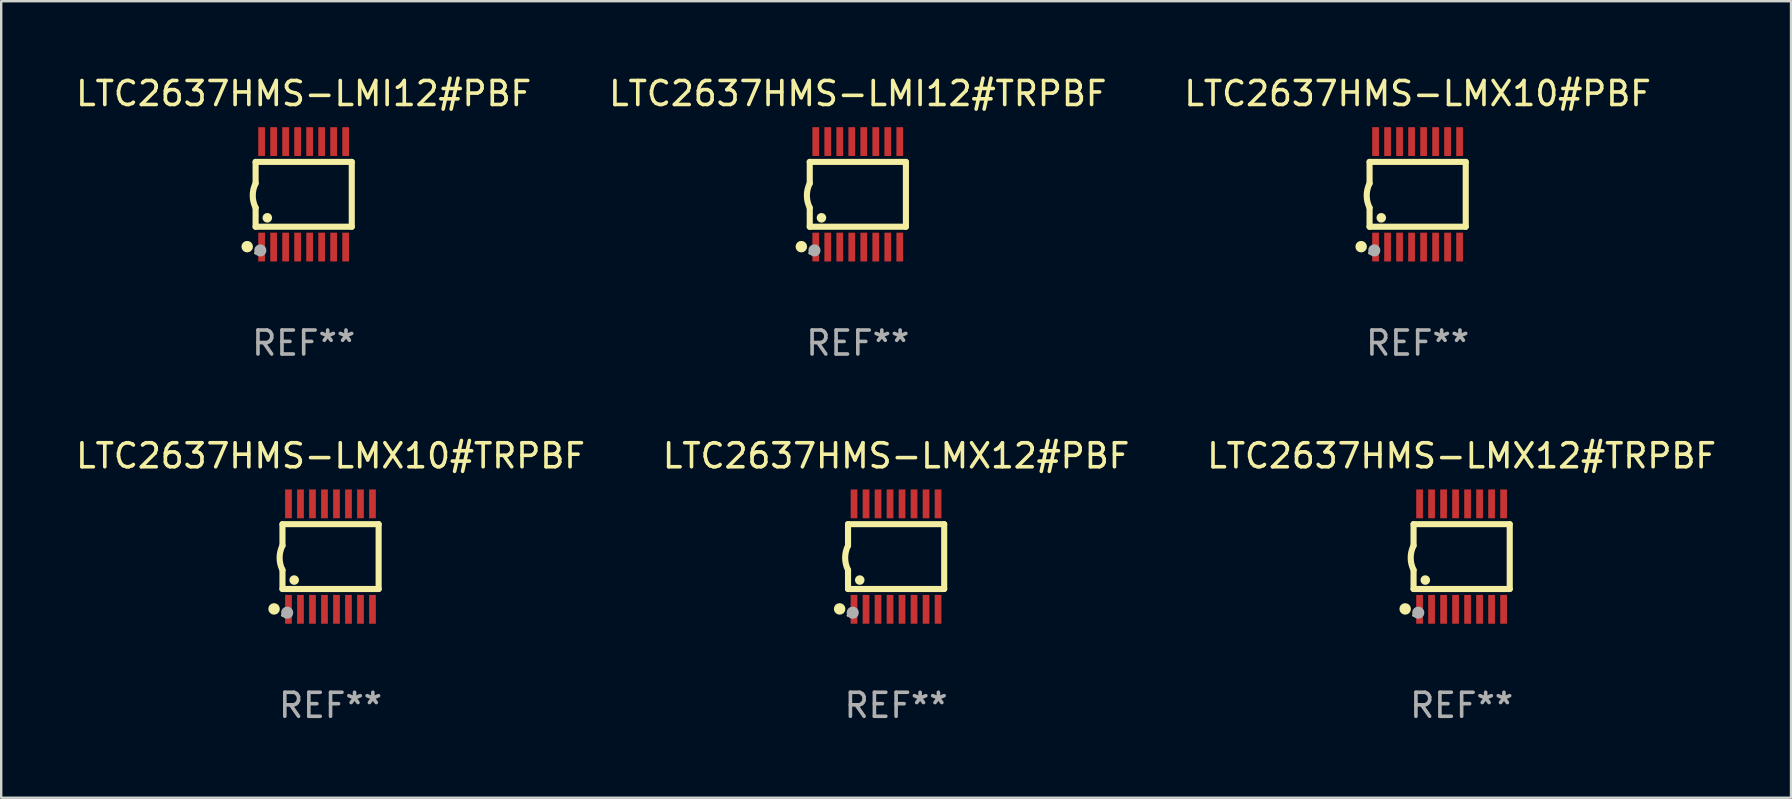
<source format=kicad_pcb>
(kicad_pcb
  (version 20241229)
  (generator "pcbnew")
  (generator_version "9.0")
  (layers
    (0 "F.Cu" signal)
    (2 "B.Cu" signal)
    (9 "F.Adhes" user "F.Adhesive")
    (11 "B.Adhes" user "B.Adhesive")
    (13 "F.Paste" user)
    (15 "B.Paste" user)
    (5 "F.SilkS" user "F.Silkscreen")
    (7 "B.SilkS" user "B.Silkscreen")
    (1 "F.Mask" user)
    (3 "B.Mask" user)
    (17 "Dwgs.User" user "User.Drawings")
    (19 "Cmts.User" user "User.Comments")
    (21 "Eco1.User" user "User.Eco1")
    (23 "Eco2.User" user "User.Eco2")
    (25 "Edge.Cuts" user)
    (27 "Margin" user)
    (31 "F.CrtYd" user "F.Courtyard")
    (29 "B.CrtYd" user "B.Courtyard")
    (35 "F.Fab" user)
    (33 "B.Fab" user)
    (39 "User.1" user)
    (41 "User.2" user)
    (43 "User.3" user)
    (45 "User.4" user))
  (footprint "LTC2637HMS-LMX12#PBF"
    (layer "F.Cu")
    (at 34.28 20.136)
    (property "Reference" "LTC2637HMS-LMX12#PBF" (at 0 -4.197 0) (layer "F.SilkS") (effects (font (size 1 1) (thickness 0.15))))
    (attr through_hole)
    (fp_line (start -2.003 -1.35) (end -2.003 -0.457) (stroke (width 0.254) (type solid)) (layer "F.SilkS"))
    (fp_line (start -2.003 -1.35) (end 2.003 -1.35) (stroke (width 0.254) (type solid)) (layer "F.SilkS"))
    (fp_line (start -2.003 1.35) (end -2.003 0.559) (stroke (width 0.254) (type solid)) (layer "F.SilkS"))
    (fp_line (start -2.003 1.35) (end 2.003 1.35) (stroke (width 0.254) (type solid)) (layer "F.SilkS"))
    (fp_line (start 2.003 -1.35) (end 2.003 1.35) (stroke (width 0.254) (type solid)) (layer "F.SilkS"))
    (fp_arc (start -2.002286 0.558802) (mid -2.122556 0.05092) (end -2.003302 -0.457201) (stroke (width 0.254001) (type solid)) (layer "F.SilkS"))
    (fp_circle (center -2.353 2.18) (end -2.233 2.18) (stroke (width 0.24) (type solid)) (fill no) (layer "F.SilkS"))
    (fp_circle (center -2.003 2.45) (end -1.973 2.45) (stroke (width 0.06) (type solid)) (fill no) (layer "F.SilkS"))
    (fp_circle (center -1.515 0.978) (end -1.415 0.978) (stroke (width 0.2) (type solid)) (fill no) (layer "F.SilkS"))
    (fp_circle (center -1.807 2.337) (end -1.68 2.337) (stroke (width 0.254) (type solid)) (fill no) (layer "F.Fab"))
    (fp_text user "REF**" (at 0 6.197 0) (layer "F.Fab") (effects (font (size 1 1) (thickness 0.15))))
    (pad "1" smd rect (at -1.753 2.197 90) (size 1.2 0.28) (layers "F.Cu" "F.Mask" "F.Paste"))
    (pad "2" smd rect (at -1.253 2.197 90) (size 1.2 0.28) (layers "F.Cu" "F.Mask" "F.Paste"))
    (pad "3" smd rect (at -0.753 2.197 90) (size 1.2 0.28) (layers "F.Cu" "F.Mask" "F.Paste"))
    (pad "4" smd rect (at -0.253 2.197 90) (size 1.2 0.28) (layers "F.Cu" "F.Mask" "F.Paste"))
    (pad "5" smd rect (at 0.247 2.197 90) (size 1.2 0.28) (layers "F.Cu" "F.Mask" "F.Paste"))
    (pad "6" smd rect (at 0.747 2.197 90) (size 1.2 0.28) (layers "F.Cu" "F.Mask" "F.Paste"))
    (pad "7" smd rect (at 1.247 2.197 90) (size 1.2 0.28) (layers "F.Cu" "F.Mask" "F.Paste"))
    (pad "8" smd rect (at 1.747 2.197 90) (size 1.2 0.28) (layers "F.Cu" "F.Mask" "F.Paste"))
    (pad "9" smd rect (at 1.747 -2.197 90) (size 1.2 0.28) (layers "F.Cu" "F.Mask" "F.Paste"))
    (pad "10" smd rect (at 1.247 -2.197 90) (size 1.2 0.28) (layers "F.Cu" "F.Mask" "F.Paste"))
    (pad "11" smd rect (at 0.747 -2.197 90) (size 1.2 0.28) (layers "F.Cu" "F.Mask" "F.Paste"))
    (pad "12" smd rect (at 0.247 -2.197 90) (size 1.2 0.28) (layers "F.Cu" "F.Mask" "F.Paste"))
    (pad "13" smd rect (at -0.253 -2.197 90) (size 1.2 0.28) (layers "F.Cu" "F.Mask" "F.Paste"))
    (pad "14" smd rect (at -0.753 -2.197 90) (size 1.2 0.28) (layers "F.Cu" "F.Mask" "F.Paste"))
    (pad "15" smd rect (at -1.253 -2.197 90) (size 1.2 0.28) (layers "F.Cu" "F.Mask" "F.Paste"))
    (pad "16" smd rect (at -1.753 -2.197 90) (size 1.2 0.28) (layers "F.Cu" "F.Mask" "F.Paste")))
  (footprint "LTC2637HMS-LMI12#PBF"
    (layer "F.Cu")
    (at 9.601 5.045)
    (property "Reference" "LTC2637HMS-LMI12#PBF" (at 0 -4.197 0) (layer "F.SilkS") (effects (font (size 1 1) (thickness 0.15))))
    (attr through_hole)
    (fp_line (start -2.003 -1.35) (end -2.003 -0.457) (stroke (width 0.254) (type solid)) (layer "F.SilkS"))
    (fp_line (start -2.003 -1.35) (end 2.003 -1.35) (stroke (width 0.254) (type solid)) (layer "F.SilkS"))
    (fp_line (start -2.003 1.35) (end -2.003 0.559) (stroke (width 0.254) (type solid)) (layer "F.SilkS"))
    (fp_line (start -2.003 1.35) (end 2.003 1.35) (stroke (width 0.254) (type solid)) (layer "F.SilkS"))
    (fp_line (start 2.003 -1.35) (end 2.003 1.35) (stroke (width 0.254) (type solid)) (layer "F.SilkS"))
    (fp_arc (start -2.002286 0.558802) (mid -2.122556 0.05092) (end -2.003302 -0.457201) (stroke (width 0.254001) (type solid)) (layer "F.SilkS"))
    (fp_circle (center -2.353 2.18) (end -2.233 2.18) (stroke (width 0.24) (type solid)) (fill no) (layer "F.SilkS"))
    (fp_circle (center -2.003 2.45) (end -1.973 2.45) (stroke (width 0.06) (type solid)) (fill no) (layer "F.SilkS"))
    (fp_circle (center -1.515 0.978) (end -1.415 0.978) (stroke (width 0.2) (type solid)) (fill no) (layer "F.SilkS"))
    (fp_circle (center -1.807 2.337) (end -1.68 2.337) (stroke (width 0.254) (type solid)) (fill no) (layer "F.Fab"))
    (fp_text user "REF**" (at 0 6.197 0) (layer "F.Fab") (effects (font (size 1 1) (thickness 0.15))))
    (pad "1" smd rect (at -1.753 2.197 90) (size 1.2 0.28) (layers "F.Cu" "F.Mask" "F.Paste"))
    (pad "2" smd rect (at -1.253 2.197 90) (size 1.2 0.28) (layers "F.Cu" "F.Mask" "F.Paste"))
    (pad "3" smd rect (at -0.753 2.197 90) (size 1.2 0.28) (layers "F.Cu" "F.Mask" "F.Paste"))
    (pad "4" smd rect (at -0.253 2.197 90) (size 1.2 0.28) (layers "F.Cu" "F.Mask" "F.Paste"))
    (pad "5" smd rect (at 0.247 2.197 90) (size 1.2 0.28) (layers "F.Cu" "F.Mask" "F.Paste"))
    (pad "6" smd rect (at 0.747 2.197 90) (size 1.2 0.28) (layers "F.Cu" "F.Mask" "F.Paste"))
    (pad "7" smd rect (at 1.247 2.197 90) (size 1.2 0.28) (layers "F.Cu" "F.Mask" "F.Paste"))
    (pad "8" smd rect (at 1.747 2.197 90) (size 1.2 0.28) (layers "F.Cu" "F.Mask" "F.Paste"))
    (pad "9" smd rect (at 1.747 -2.197 90) (size 1.2 0.28) (layers "F.Cu" "F.Mask" "F.Paste"))
    (pad "10" smd rect (at 1.247 -2.197 90) (size 1.2 0.28) (layers "F.Cu" "F.Mask" "F.Paste"))
    (pad "11" smd rect (at 0.747 -2.197 90) (size 1.2 0.28) (layers "F.Cu" "F.Mask" "F.Paste"))
    (pad "12" smd rect (at 0.247 -2.197 90) (size 1.2 0.28) (layers "F.Cu" "F.Mask" "F.Paste"))
    (pad "13" smd rect (at -0.253 -2.197 90) (size 1.2 0.28) (layers "F.Cu" "F.Mask" "F.Paste"))
    (pad "14" smd rect (at -0.753 -2.197 90) (size 1.2 0.28) (layers "F.Cu" "F.Mask" "F.Paste"))
    (pad "15" smd rect (at -1.253 -2.197 90) (size 1.2 0.28) (layers "F.Cu" "F.Mask" "F.Paste"))
    (pad "16" smd rect (at -1.753 -2.197 90) (size 1.2 0.28) (layers "F.Cu" "F.Mask" "F.Paste")))
  (footprint "LTC2637HMS-LMX12#TRPBF"
    (layer "F.Cu")
    (at 57.839 20.136)
    (property "Reference" "LTC2637HMS-LMX12#TRPBF" (at 0 -4.197 0) (layer "F.SilkS") (effects (font (size 1 1) (thickness 0.15))))
    (attr through_hole)
    (fp_line (start -2.003 -1.35) (end -2.003 -0.457) (stroke (width 0.254) (type solid)) (layer "F.SilkS"))
    (fp_line (start -2.003 -1.35) (end 2.003 -1.35) (stroke (width 0.254) (type solid)) (layer "F.SilkS"))
    (fp_line (start -2.003 1.35) (end -2.003 0.559) (stroke (width 0.254) (type solid)) (layer "F.SilkS"))
    (fp_line (start -2.003 1.35) (end 2.003 1.35) (stroke (width 0.254) (type solid)) (layer "F.SilkS"))
    (fp_line (start 2.003 -1.35) (end 2.003 1.35) (stroke (width 0.254) (type solid)) (layer "F.SilkS"))
    (fp_arc (start -2.002286 0.558802) (mid -2.122556 0.05092) (end -2.003302 -0.457201) (stroke (width 0.254001) (type solid)) (layer "F.SilkS"))
    (fp_circle (center -2.353 2.18) (end -2.233 2.18) (stroke (width 0.24) (type solid)) (fill no) (layer "F.SilkS"))
    (fp_circle (center -2.003 2.45) (end -1.973 2.45) (stroke (width 0.06) (type solid)) (fill no) (layer "F.SilkS"))
    (fp_circle (center -1.515 0.978) (end -1.415 0.978) (stroke (width 0.2) (type solid)) (fill no) (layer "F.SilkS"))
    (fp_circle (center -1.807 2.337) (end -1.68 2.337) (stroke (width 0.254) (type solid)) (fill no) (layer "F.Fab"))
    (fp_text user "REF**" (at 0 6.197 0) (layer "F.Fab") (effects (font (size 1 1) (thickness 0.15))))
    (pad "1" smd rect (at -1.753 2.197 90) (size 1.2 0.28) (layers "F.Cu" "F.Mask" "F.Paste"))
    (pad "2" smd rect (at -1.253 2.197 90) (size 1.2 0.28) (layers "F.Cu" "F.Mask" "F.Paste"))
    (pad "3" smd rect (at -0.753 2.197 90) (size 1.2 0.28) (layers "F.Cu" "F.Mask" "F.Paste"))
    (pad "4" smd rect (at -0.253 2.197 90) (size 1.2 0.28) (layers "F.Cu" "F.Mask" "F.Paste"))
    (pad "5" smd rect (at 0.247 2.197 90) (size 1.2 0.28) (layers "F.Cu" "F.Mask" "F.Paste"))
    (pad "6" smd rect (at 0.747 2.197 90) (size 1.2 0.28) (layers "F.Cu" "F.Mask" "F.Paste"))
    (pad "7" smd rect (at 1.247 2.197 90) (size 1.2 0.28) (layers "F.Cu" "F.Mask" "F.Paste"))
    (pad "8" smd rect (at 1.747 2.197 90) (size 1.2 0.28) (layers "F.Cu" "F.Mask" "F.Paste"))
    (pad "9" smd rect (at 1.747 -2.197 90) (size 1.2 0.28) (layers "F.Cu" "F.Mask" "F.Paste"))
    (pad "10" smd rect (at 1.247 -2.197 90) (size 1.2 0.28) (layers "F.Cu" "F.Mask" "F.Paste"))
    (pad "11" smd rect (at 0.747 -2.197 90) (size 1.2 0.28) (layers "F.Cu" "F.Mask" "F.Paste"))
    (pad "12" smd rect (at 0.247 -2.197 90) (size 1.2 0.28) (layers "F.Cu" "F.Mask" "F.Paste"))
    (pad "13" smd rect (at -0.253 -2.197 90) (size 1.2 0.28) (layers "F.Cu" "F.Mask" "F.Paste"))
    (pad "14" smd rect (at -0.753 -2.197 90) (size 1.2 0.28) (layers "F.Cu" "F.Mask" "F.Paste"))
    (pad "15" smd rect (at -1.253 -2.197 90) (size 1.2 0.28) (layers "F.Cu" "F.Mask" "F.Paste"))
    (pad "16" smd rect (at -1.753 -2.197 90) (size 1.2 0.28) (layers "F.Cu" "F.Mask" "F.Paste")))
  (footprint "LTC2637HMS-LMI12#TRPBF"
    (layer "F.Cu")
    (at 32.685 5.045)
    (property "Reference" "LTC2637HMS-LMI12#TRPBF" (at 0 -4.197 0) (layer "F.SilkS") (effects (font (size 1 1) (thickness 0.15))))
    (attr through_hole)
    (fp_line (start -2.003 -1.35) (end -2.003 -0.457) (stroke (width 0.254) (type solid)) (layer "F.SilkS"))
    (fp_line (start -2.003 -1.35) (end 2.003 -1.35) (stroke (width 0.254) (type solid)) (layer "F.SilkS"))
    (fp_line (start -2.003 1.35) (end -2.003 0.559) (stroke (width 0.254) (type solid)) (layer "F.SilkS"))
    (fp_line (start -2.003 1.35) (end 2.003 1.35) (stroke (width 0.254) (type solid)) (layer "F.SilkS"))
    (fp_line (start 2.003 -1.35) (end 2.003 1.35) (stroke (width 0.254) (type solid)) (layer "F.SilkS"))
    (fp_arc (start -2.002286 0.558802) (mid -2.122556 0.05092) (end -2.003302 -0.457201) (stroke (width 0.254001) (type solid)) (layer "F.SilkS"))
    (fp_circle (center -2.353 2.18) (end -2.233 2.18) (stroke (width 0.24) (type solid)) (fill no) (layer "F.SilkS"))
    (fp_circle (center -2.003 2.45) (end -1.973 2.45) (stroke (width 0.06) (type solid)) (fill no) (layer "F.SilkS"))
    (fp_circle (center -1.515 0.978) (end -1.415 0.978) (stroke (width 0.2) (type solid)) (fill no) (layer "F.SilkS"))
    (fp_circle (center -1.807 2.337) (end -1.68 2.337) (stroke (width 0.254) (type solid)) (fill no) (layer "F.Fab"))
    (fp_text user "REF**" (at 0 6.197 0) (layer "F.Fab") (effects (font (size 1 1) (thickness 0.15))))
    (pad "1" smd rect (at -1.753 2.197 90) (size 1.2 0.28) (layers "F.Cu" "F.Mask" "F.Paste"))
    (pad "2" smd rect (at -1.253 2.197 90) (size 1.2 0.28) (layers "F.Cu" "F.Mask" "F.Paste"))
    (pad "3" smd rect (at -0.753 2.197 90) (size 1.2 0.28) (layers "F.Cu" "F.Mask" "F.Paste"))
    (pad "4" smd rect (at -0.253 2.197 90) (size 1.2 0.28) (layers "F.Cu" "F.Mask" "F.Paste"))
    (pad "5" smd rect (at 0.247 2.197 90) (size 1.2 0.28) (layers "F.Cu" "F.Mask" "F.Paste"))
    (pad "6" smd rect (at 0.747 2.197 90) (size 1.2 0.28) (layers "F.Cu" "F.Mask" "F.Paste"))
    (pad "7" smd rect (at 1.247 2.197 90) (size 1.2 0.28) (layers "F.Cu" "F.Mask" "F.Paste"))
    (pad "8" smd rect (at 1.747 2.197 90) (size 1.2 0.28) (layers "F.Cu" "F.Mask" "F.Paste"))
    (pad "9" smd rect (at 1.747 -2.197 90) (size 1.2 0.28) (layers "F.Cu" "F.Mask" "F.Paste"))
    (pad "10" smd rect (at 1.247 -2.197 90) (size 1.2 0.28) (layers "F.Cu" "F.Mask" "F.Paste"))
    (pad "11" smd rect (at 0.747 -2.197 90) (size 1.2 0.28) (layers "F.Cu" "F.Mask" "F.Paste"))
    (pad "12" smd rect (at 0.247 -2.197 90) (size 1.2 0.28) (layers "F.Cu" "F.Mask" "F.Paste"))
    (pad "13" smd rect (at -0.253 -2.197 90) (size 1.2 0.28) (layers "F.Cu" "F.Mask" "F.Paste"))
    (pad "14" smd rect (at -0.753 -2.197 90) (size 1.2 0.28) (layers "F.Cu" "F.Mask" "F.Paste"))
    (pad "15" smd rect (at -1.253 -2.197 90) (size 1.2 0.28) (layers "F.Cu" "F.Mask" "F.Paste"))
    (pad "16" smd rect (at -1.753 -2.197 90) (size 1.2 0.28) (layers "F.Cu" "F.Mask" "F.Paste")))
  (footprint "LTC2637HMS-LMX10#PBF"
    (layer "F.Cu")
    (at 56.006 5.045)
    (property "Reference" "LTC2637HMS-LMX10#PBF" (at 0 -4.197 0) (layer "F.SilkS") (effects (font (size 1 1) (thickness 0.15))))
    (attr through_hole)
    (fp_line (start -2.003 -1.35) (end -2.003 -0.457) (stroke (width 0.254) (type solid)) (layer "F.SilkS"))
    (fp_line (start -2.003 -1.35) (end 2.003 -1.35) (stroke (width 0.254) (type solid)) (layer "F.SilkS"))
    (fp_line (start -2.003 1.35) (end -2.003 0.559) (stroke (width 0.254) (type solid)) (layer "F.SilkS"))
    (fp_line (start -2.003 1.35) (end 2.003 1.35) (stroke (width 0.254) (type solid)) (layer "F.SilkS"))
    (fp_line (start 2.003 -1.35) (end 2.003 1.35) (stroke (width 0.254) (type solid)) (layer "F.SilkS"))
    (fp_arc (start -2.002286 0.558802) (mid -2.122556 0.05092) (end -2.003302 -0.457201) (stroke (width 0.254001) (type solid)) (layer "F.SilkS"))
    (fp_circle (center -2.353 2.18) (end -2.233 2.18) (stroke (width 0.24) (type solid)) (fill no) (layer "F.SilkS"))
    (fp_circle (center -2.003 2.45) (end -1.973 2.45) (stroke (width 0.06) (type solid)) (fill no) (layer "F.SilkS"))
    (fp_circle (center -1.515 0.978) (end -1.415 0.978) (stroke (width 0.2) (type solid)) (fill no) (layer "F.SilkS"))
    (fp_circle (center -1.807 2.337) (end -1.68 2.337) (stroke (width 0.254) (type solid)) (fill no) (layer "F.Fab"))
    (fp_text user "REF**" (at 0 6.197 0) (layer "F.Fab") (effects (font (size 1 1) (thickness 0.15))))
    (pad "1" smd rect (at -1.753 2.197 90) (size 1.2 0.28) (layers "F.Cu" "F.Mask" "F.Paste"))
    (pad "2" smd rect (at -1.253 2.197 90) (size 1.2 0.28) (layers "F.Cu" "F.Mask" "F.Paste"))
    (pad "3" smd rect (at -0.753 2.197 90) (size 1.2 0.28) (layers "F.Cu" "F.Mask" "F.Paste"))
    (pad "4" smd rect (at -0.253 2.197 90) (size 1.2 0.28) (layers "F.Cu" "F.Mask" "F.Paste"))
    (pad "5" smd rect (at 0.247 2.197 90) (size 1.2 0.28) (layers "F.Cu" "F.Mask" "F.Paste"))
    (pad "6" smd rect (at 0.747 2.197 90) (size 1.2 0.28) (layers "F.Cu" "F.Mask" "F.Paste"))
    (pad "7" smd rect (at 1.247 2.197 90) (size 1.2 0.28) (layers "F.Cu" "F.Mask" "F.Paste"))
    (pad "8" smd rect (at 1.747 2.197 90) (size 1.2 0.28) (layers "F.Cu" "F.Mask" "F.Paste"))
    (pad "9" smd rect (at 1.747 -2.197 90) (size 1.2 0.28) (layers "F.Cu" "F.Mask" "F.Paste"))
    (pad "10" smd rect (at 1.247 -2.197 90) (size 1.2 0.28) (layers "F.Cu" "F.Mask" "F.Paste"))
    (pad "11" smd rect (at 0.747 -2.197 90) (size 1.2 0.28) (layers "F.Cu" "F.Mask" "F.Paste"))
    (pad "12" smd rect (at 0.247 -2.197 90) (size 1.2 0.28) (layers "F.Cu" "F.Mask" "F.Paste"))
    (pad "13" smd rect (at -0.253 -2.197 90) (size 1.2 0.28) (layers "F.Cu" "F.Mask" "F.Paste"))
    (pad "14" smd rect (at -0.753 -2.197 90) (size 1.2 0.28) (layers "F.Cu" "F.Mask" "F.Paste"))
    (pad "15" smd rect (at -1.253 -2.197 90) (size 1.2 0.28) (layers "F.Cu" "F.Mask" "F.Paste"))
    (pad "16" smd rect (at -1.753 -2.197 90) (size 1.2 0.28) (layers "F.Cu" "F.Mask" "F.Paste")))
  (footprint "LTC2637HMS-LMX10#TRPBF"
    (layer "F.Cu")
    (at 10.72 20.136)
    (property "Reference" "LTC2637HMS-LMX10#TRPBF" (at 0 -4.197 0) (layer "F.SilkS") (effects (font (size 1 1) (thickness 0.15))))
    (attr through_hole)
    (fp_line (start -2.003 -1.35) (end -2.003 -0.457) (stroke (width 0.254) (type solid)) (layer "F.SilkS"))
    (fp_line (start -2.003 -1.35) (end 2.003 -1.35) (stroke (width 0.254) (type solid)) (layer "F.SilkS"))
    (fp_line (start -2.003 1.35) (end -2.003 0.559) (stroke (width 0.254) (type solid)) (layer "F.SilkS"))
    (fp_line (start -2.003 1.35) (end 2.003 1.35) (stroke (width 0.254) (type solid)) (layer "F.SilkS"))
    (fp_line (start 2.003 -1.35) (end 2.003 1.35) (stroke (width 0.254) (type solid)) (layer "F.SilkS"))
    (fp_arc (start -2.002286 0.558802) (mid -2.122556 0.05092) (end -2.003302 -0.457201) (stroke (width 0.254001) (type solid)) (layer "F.SilkS"))
    (fp_circle (center -2.353 2.18) (end -2.233 2.18) (stroke (width 0.24) (type solid)) (fill no) (layer "F.SilkS"))
    (fp_circle (center -2.003 2.45) (end -1.973 2.45) (stroke (width 0.06) (type solid)) (fill no) (layer "F.SilkS"))
    (fp_circle (center -1.515 0.978) (end -1.415 0.978) (stroke (width 0.2) (type solid)) (fill no) (layer "F.SilkS"))
    (fp_circle (center -1.807 2.337) (end -1.68 2.337) (stroke (width 0.254) (type solid)) (fill no) (layer "F.Fab"))
    (fp_text user "REF**" (at 0 6.197 0) (layer "F.Fab") (effects (font (size 1 1) (thickness 0.15))))
    (pad "1" smd rect (at -1.753 2.197 90) (size 1.2 0.28) (layers "F.Cu" "F.Mask" "F.Paste"))
    (pad "2" smd rect (at -1.253 2.197 90) (size 1.2 0.28) (layers "F.Cu" "F.Mask" "F.Paste"))
    (pad "3" smd rect (at -0.753 2.197 90) (size 1.2 0.28) (layers "F.Cu" "F.Mask" "F.Paste"))
    (pad "4" smd rect (at -0.253 2.197 90) (size 1.2 0.28) (layers "F.Cu" "F.Mask" "F.Paste"))
    (pad "5" smd rect (at 0.247 2.197 90) (size 1.2 0.28) (layers "F.Cu" "F.Mask" "F.Paste"))
    (pad "6" smd rect (at 0.747 2.197 90) (size 1.2 0.28) (layers "F.Cu" "F.Mask" "F.Paste"))
    (pad "7" smd rect (at 1.247 2.197 90) (size 1.2 0.28) (layers "F.Cu" "F.Mask" "F.Paste"))
    (pad "8" smd rect (at 1.747 2.197 90) (size 1.2 0.28) (layers "F.Cu" "F.Mask" "F.Paste"))
    (pad "9" smd rect (at 1.747 -2.197 90) (size 1.2 0.28) (layers "F.Cu" "F.Mask" "F.Paste"))
    (pad "10" smd rect (at 1.247 -2.197 90) (size 1.2 0.28) (layers "F.Cu" "F.Mask" "F.Paste"))
    (pad "11" smd rect (at 0.747 -2.197 90) (size 1.2 0.28) (layers "F.Cu" "F.Mask" "F.Paste"))
    (pad "12" smd rect (at 0.247 -2.197 90) (size 1.2 0.28) (layers "F.Cu" "F.Mask" "F.Paste"))
    (pad "13" smd rect (at -0.253 -2.197 90) (size 1.2 0.28) (layers "F.Cu" "F.Mask" "F.Paste"))
    (pad "14" smd rect (at -0.753 -2.197 90) (size 1.2 0.28) (layers "F.Cu" "F.Mask" "F.Paste"))
    (pad "15" smd rect (at -1.253 -2.197 90) (size 1.2 0.28) (layers "F.Cu" "F.Mask" "F.Paste"))
    (pad "16" smd rect (at -1.753 -2.197 90) (size 1.2 0.28) (layers "F.Cu" "F.Mask" "F.Paste")))
  (gr_rect
    (start -3 -3)
    (end 71.56 30.181)
    (stroke (width 0.1) (type default))
    (fill no)
    (layer "Edge.Cuts")))
</source>
